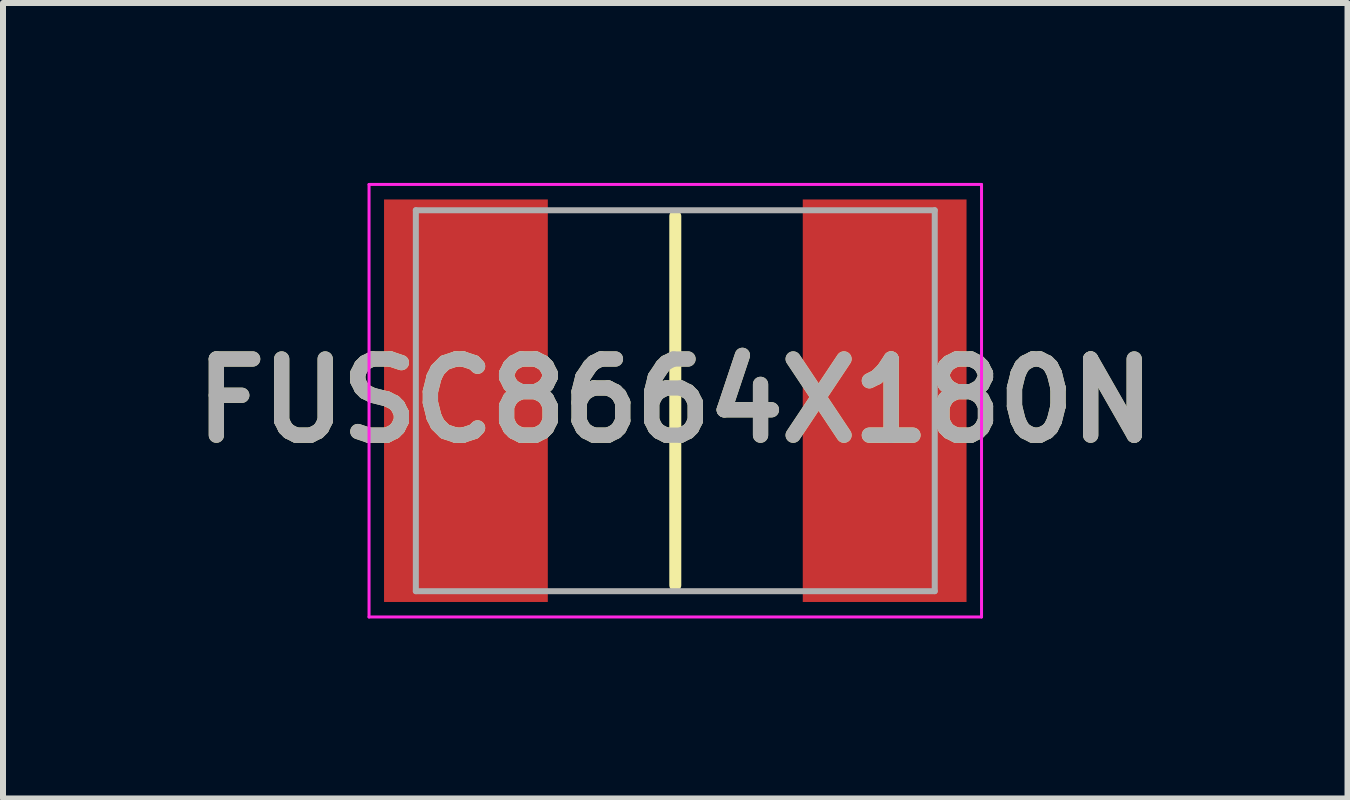
<source format=kicad_pcb>
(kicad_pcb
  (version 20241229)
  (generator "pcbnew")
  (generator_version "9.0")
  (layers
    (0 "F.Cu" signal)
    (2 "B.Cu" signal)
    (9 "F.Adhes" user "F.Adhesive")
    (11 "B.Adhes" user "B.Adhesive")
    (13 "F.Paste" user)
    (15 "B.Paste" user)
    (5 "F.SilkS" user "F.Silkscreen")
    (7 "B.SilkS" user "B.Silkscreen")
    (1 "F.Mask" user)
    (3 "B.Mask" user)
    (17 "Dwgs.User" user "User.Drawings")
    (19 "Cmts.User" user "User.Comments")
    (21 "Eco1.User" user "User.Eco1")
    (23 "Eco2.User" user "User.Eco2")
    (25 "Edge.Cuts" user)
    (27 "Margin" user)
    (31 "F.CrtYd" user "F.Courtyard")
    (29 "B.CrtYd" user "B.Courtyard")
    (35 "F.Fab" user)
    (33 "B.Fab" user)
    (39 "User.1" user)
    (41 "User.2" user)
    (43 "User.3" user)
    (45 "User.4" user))
  (footprint "FUSC8664X180N"
    (layer "F.Cu")
    (at 8.207 3.63)
    (property "Reference" "FUSC8664X180N" (at 0 0 0) (layer "F.SilkS") (effects (font (size 1.27 1.27) (thickness 0.254))))
    (attr smd)
    (fp_line (start 0 -3.075) (end 0 3.075) (stroke (width 0.2) (type solid)) (layer "F.SilkS"))
    (fp_line (start -5.105 -3.605) (end 5.105 -3.605) (stroke (width 0.05) (type solid)) (layer "F.CrtYd"))
    (fp_line (start -5.105 3.605) (end -5.105 -3.605) (stroke (width 0.05) (type solid)) (layer "F.CrtYd"))
    (fp_line (start 5.105 -3.605) (end 5.105 3.605) (stroke (width 0.05) (type solid)) (layer "F.CrtYd"))
    (fp_line (start 5.105 3.605) (end -5.105 3.605) (stroke (width 0.05) (type solid)) (layer "F.CrtYd"))
    (fp_line (start -4.325 -3.175) (end 4.325 -3.175) (stroke (width 0.1) (type solid)) (layer "F.Fab"))
    (fp_line (start -4.325 3.175) (end -4.325 -3.175) (stroke (width 0.1) (type solid)) (layer "F.Fab"))
    (fp_line (start 4.325 -3.175) (end 4.325 3.175) (stroke (width 0.1) (type solid)) (layer "F.Fab"))
    (fp_line (start 4.325 3.175) (end -4.325 3.175) (stroke (width 0.1) (type solid)) (layer "F.Fab"))
    (fp_text user "${REFERENCE}" (at 0 0 0) (layer "F.Fab") (effects (font (size 1.27 1.27) (thickness 0.254))))
    (pad "1" smd rect (at -3.49 0) (size 2.73 6.71) (layers "F.Cu" "F.Mask" "F.Paste"))
    (pad "2" smd rect (at 3.49 0) (size 2.73 6.71) (layers "F.Cu" "F.Mask" "F.Paste")))
  (gr_rect
    (start -3 -3)
    (end 19.413 10.26)
    (stroke (width 0.1) (type default))
    (fill no)
    (layer "Edge.Cuts")))
</source>
